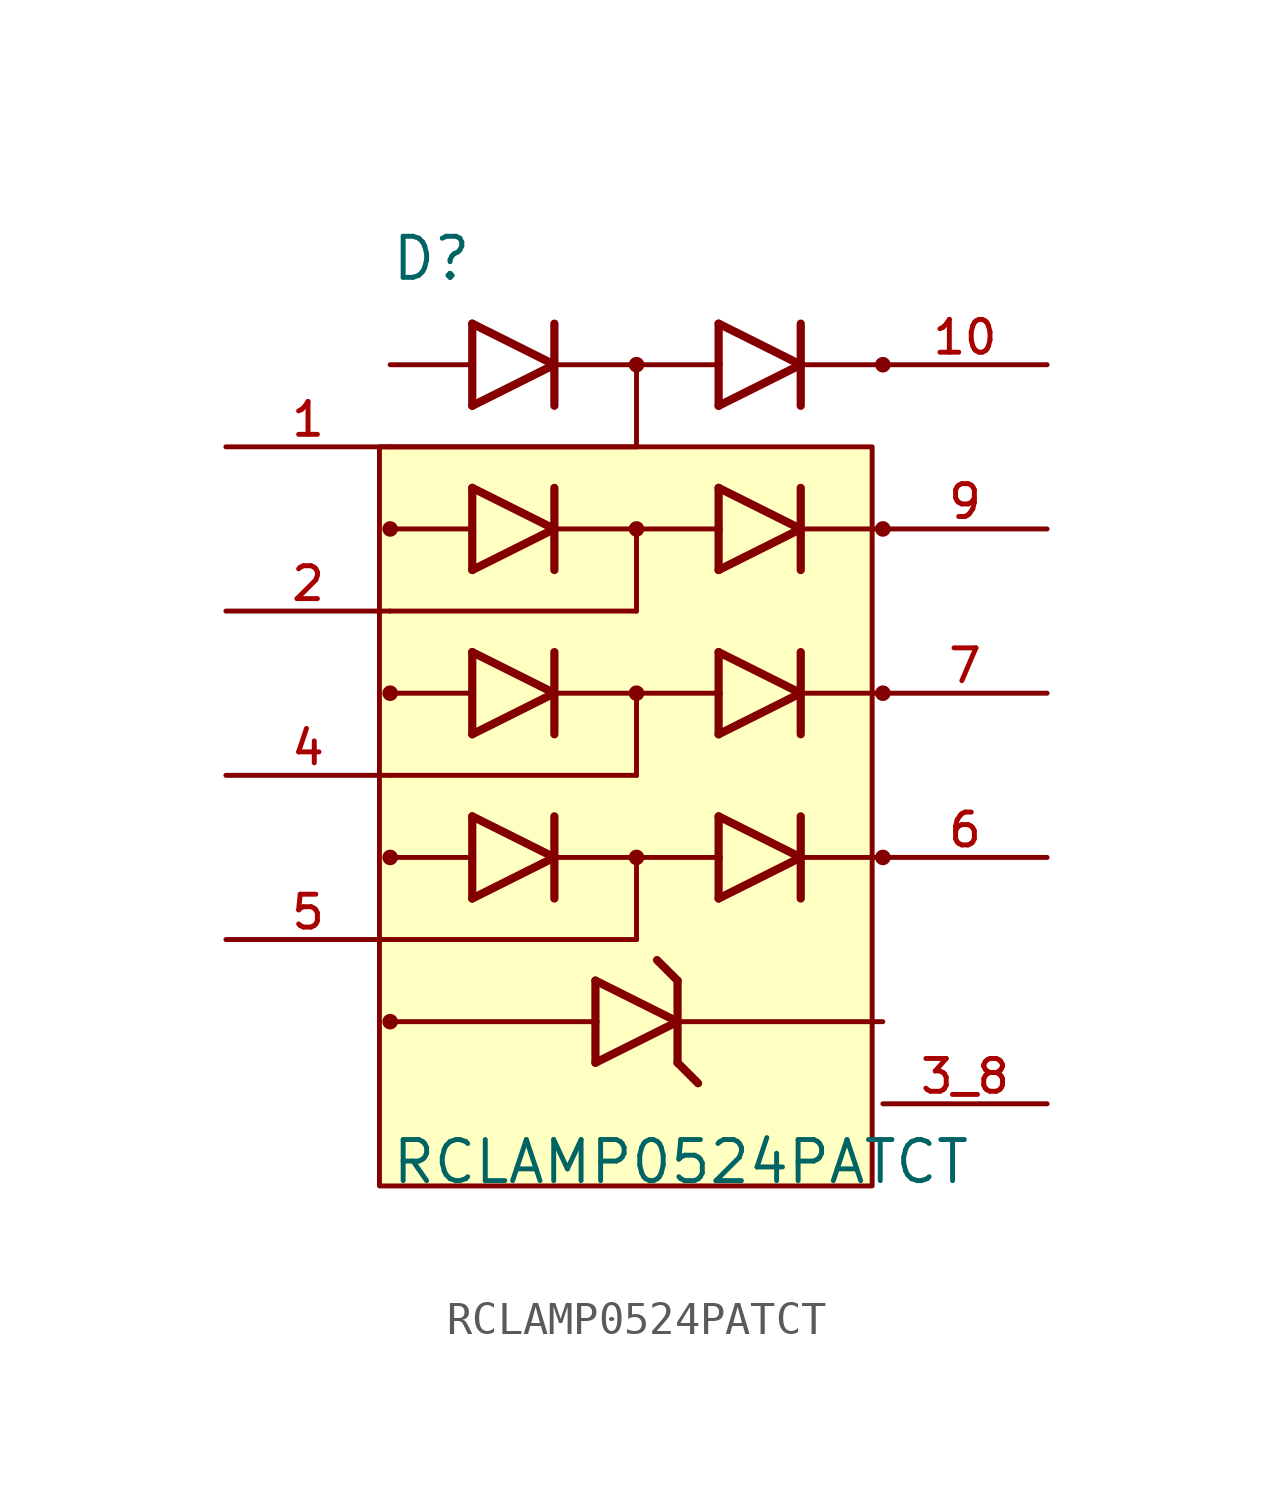
<source format=kicad_sym>
(kicad_symbol_lib
  (version 20211014)
  (generator kicad_symbol_editor)
  (symbol "RCLAMP0524PATCT"
    (pin_names
      (offset 1.016))
    (property "Reference" "D"
      (at -7.62 12.7 0)
      (effects (font (size 1.27 1.27)) (justify bottom left)))
    (property "Value" "RCLAMP0524PATCT"
      (at -7.62 -15.24 0)
      (effects (font (size 1.27 1.27)) (justify bottom left)))
    (symbol "RCLAMP0524PATCT_0_0"
      (polyline (pts (xy 2.54 11.43) (xy 2.54 10.16)) (stroke (width 0.254)))
      (polyline (pts (xy 2.54 10.16) (xy 2.54 8.89)) (stroke (width 0.254)))
      (polyline (pts (xy 2.54 8.89) (xy 5.08 10.16)) (stroke (width 0.254)))
      (polyline (pts (xy 5.08 10.16) (xy 2.54 11.43)) (stroke (width 0.254)))
      (polyline (pts (xy 5.08 11.43) (xy 5.08 10.16)) (stroke (width 0.254)))
      (polyline (pts (xy 5.08 10.16) (xy 5.08 8.89)) (stroke (width 0.254)))
      (polyline (pts (xy 0.0 10.16) (xy 2.54 10.16)) (stroke (width 0.152)))
      (polyline (pts (xy 5.08 10.16) (xy 7.62 10.16)) (stroke (width 0.152)))
      (circle (center 7.62 5.08) (radius 0.152) (stroke (width 0.178)) (fill (type none)))
      (circle (center 7.62 0.0) (radius 0.152) (stroke (width 0.178)) (fill (type none)))
      (circle (center 7.62 -5.08) (radius 0.152) (stroke (width 0.178)) (fill (type none)))
      (polyline (pts (xy -5.08 11.43) (xy -5.08 8.89)) (stroke (width 0.254)))
      (polyline (pts (xy -5.08 8.89) (xy -2.54 10.16)) (stroke (width 0.254)))
      (polyline (pts (xy -2.54 10.16) (xy -5.08 11.43)) (stroke (width 0.254)))
      (polyline (pts (xy -2.54 11.43) (xy -2.54 10.16)) (stroke (width 0.254)))
      (polyline (pts (xy -2.54 10.16) (xy -2.54 8.89)) (stroke (width 0.254)))
      (polyline (pts (xy -2.54 10.16) (xy 0.0 10.16)) (stroke (width 0.152)))
      (polyline (pts (xy 0.0 10.16) (xy 0.0 7.62)) (stroke (width 0.152)))
      (polyline (pts (xy 0.0 7.62) (xy -7.62 7.62)) (stroke (width 0.152)))
      (polyline (pts (xy 2.54 6.35) (xy 2.54 5.08)) (stroke (width 0.254)))
      (polyline (pts (xy 2.54 5.08) (xy 2.54 3.81)) (stroke (width 0.254)))
      (polyline (pts (xy 2.54 3.81) (xy 5.08 5.08)) (stroke (width 0.254)))
      (polyline (pts (xy 5.08 5.08) (xy 2.54 6.35)) (stroke (width 0.254)))
      (polyline (pts (xy 5.08 6.35) (xy 5.08 5.08)) (stroke (width 0.254)))
      (polyline (pts (xy 5.08 5.08) (xy 5.08 3.81)) (stroke (width 0.254)))
      (polyline (pts (xy 0.0 5.08) (xy 2.54 5.08)) (stroke (width 0.152)))
      (polyline (pts (xy 5.08 5.08) (xy 7.62 5.08)) (stroke (width 0.152)))
      (polyline (pts (xy -5.08 6.35) (xy -5.08 3.81)) (stroke (width 0.254)))
      (polyline (pts (xy -5.08 3.81) (xy -2.54 5.08)) (stroke (width 0.254)))
      (polyline (pts (xy -2.54 5.08) (xy -5.08 6.35)) (stroke (width 0.254)))
      (polyline (pts (xy -2.54 6.35) (xy -2.54 5.08)) (stroke (width 0.254)))
      (polyline (pts (xy -2.54 5.08) (xy -2.54 3.81)) (stroke (width 0.254)))
      (polyline (pts (xy -2.54 5.08) (xy 0.0 5.08)) (stroke (width 0.152)))
      (polyline (pts (xy 0.0 5.08) (xy 0.0 2.54)) (stroke (width 0.152)))
      (polyline (pts (xy 0.0 2.54) (xy -7.62 2.54)) (stroke (width 0.152)))
      (circle (center 0.0 10.16) (radius 0.152) (stroke (width 0.178)) (fill (type none)))
      (circle (center 0.0 5.08) (radius 0.152) (stroke (width 0.178)) (fill (type none)))
      (circle (center -7.62 5.08) (radius 0.152) (stroke (width 0.178)) (fill (type none)))
      (polyline (pts (xy 2.54 1.27) (xy 2.54 0.0)) (stroke (width 0.254)))
      (polyline (pts (xy 2.54 0.0) (xy 2.54 -1.27)) (stroke (width 0.254)))
      (polyline (pts (xy 2.54 -1.27) (xy 5.08 0.0)) (stroke (width 0.254)))
      (polyline (pts (xy 5.08 0.0) (xy 2.54 1.27)) (stroke (width 0.254)))
      (polyline (pts (xy 5.08 1.27) (xy 5.08 0.0)) (stroke (width 0.254)))
      (polyline (pts (xy 5.08 0.0) (xy 5.08 -1.27)) (stroke (width 0.254)))
      (polyline (pts (xy 0.0 0.0) (xy 2.54 0.0)) (stroke (width 0.152)))
      (polyline (pts (xy 5.08 0.0) (xy 7.62 0.0)) (stroke (width 0.152)))
      (polyline (pts (xy -5.08 1.27) (xy -5.08 -1.27)) (stroke (width 0.254)))
      (polyline (pts (xy -5.08 -1.27) (xy -2.54 0.0)) (stroke (width 0.254)))
      (polyline (pts (xy -2.54 0.0) (xy -5.08 1.27)) (stroke (width 0.254)))
      (polyline (pts (xy -2.54 1.27) (xy -2.54 0.0)) (stroke (width 0.254)))
      (polyline (pts (xy -2.54 0.0) (xy -2.54 -1.27)) (stroke (width 0.254)))
      (polyline (pts (xy -2.54 0.0) (xy 0.0 0.0)) (stroke (width 0.152)))
      (polyline (pts (xy 0.0 0.0) (xy 0.0 -2.54)) (stroke (width 0.152)))
      (polyline (pts (xy 0.0 -2.54) (xy -7.62 -2.54)) (stroke (width 0.152)))
      (circle (center 0.0 0.0) (radius 0.152) (stroke (width 0.178)) (fill (type none)))
      (circle (center -7.62 0.0) (radius 0.152) (stroke (width 0.178)) (fill (type none)))
      (polyline (pts (xy 2.54 -3.81) (xy 2.54 -5.08)) (stroke (width 0.254)))
      (polyline (pts (xy 2.54 -5.08) (xy 2.54 -6.35)) (stroke (width 0.254)))
      (polyline (pts (xy 2.54 -6.35) (xy 5.08 -5.08)) (stroke (width 0.254)))
      (polyline (pts (xy 5.08 -5.08) (xy 2.54 -3.81)) (stroke (width 0.254)))
      (polyline (pts (xy 5.08 -3.81) (xy 5.08 -5.08)) (stroke (width 0.254)))
      (polyline (pts (xy 5.08 -5.08) (xy 5.08 -6.35)) (stroke (width 0.254)))
      (polyline (pts (xy 0.0 -5.08) (xy 2.54 -5.08)) (stroke (width 0.152)))
      (polyline (pts (xy 5.08 -5.08) (xy 7.62 -5.08)) (stroke (width 0.152)))
      (polyline (pts (xy -5.08 -3.81) (xy -5.08 -6.35)) (stroke (width 0.254)))
      (polyline (pts (xy -5.08 -6.35) (xy -2.54 -5.08)) (stroke (width 0.254)))
      (polyline (pts (xy -2.54 -5.08) (xy -5.08 -3.81)) (stroke (width 0.254)))
      (polyline (pts (xy -2.54 -3.81) (xy -2.54 -5.08)) (stroke (width 0.254)))
      (polyline (pts (xy -2.54 -5.08) (xy -2.54 -6.35)) (stroke (width 0.254)))
      (polyline (pts (xy -2.54 -5.08) (xy 0.0 -5.08)) (stroke (width 0.152)))
      (polyline (pts (xy 0.0 -5.08) (xy 0.0 -7.62)) (stroke (width 0.152)))
      (polyline (pts (xy 0.0 -7.62) (xy -7.62 -7.62)) (stroke (width 0.152)))
      (circle (center 0.0 -5.08) (radius 0.152) (stroke (width 0.178)) (fill (type none)))
      (circle (center -7.62 -5.08) (radius 0.152) (stroke (width 0.178)) (fill (type none)))
      (polyline (pts (xy -1.27 -8.89) (xy -1.27 -10.16)) (stroke (width 0.254)))
      (polyline (pts (xy -1.27 -10.16) (xy -1.27 -11.43)) (stroke (width 0.254)))
      (polyline (pts (xy -1.27 -11.43) (xy 1.27 -10.16)) (stroke (width 0.254)))
      (polyline (pts (xy 1.27 -10.16) (xy -1.27 -8.89)) (stroke (width 0.254)))
      (polyline (pts (xy 0.635 -8.255) (xy 1.27 -8.89)) (stroke (width 0.254)))
      (polyline (pts (xy 1.27 -8.89) (xy 1.27 -10.16)) (stroke (width 0.254)))
      (polyline (pts (xy 1.27 -10.16) (xy 1.27 -11.43)) (stroke (width 0.254)))
      (polyline (pts (xy 1.27 -11.43) (xy 1.905 -12.065)) (stroke (width 0.254)))
      (polyline (pts (xy -7.62 -10.16) (xy -1.27 -10.16)) (stroke (width 0.152)))
      (polyline (pts (xy 1.27 -10.16) (xy 7.62 -10.16)) (stroke (width 0.152)))
      (polyline (pts (xy -7.62 10.16) (xy -5.08 10.16)) (stroke (width 0.152)))
      (polyline (pts (xy -7.62 5.08) (xy -5.08 5.08)) (stroke (width 0.152)))
      (polyline (pts (xy -7.62 0.0) (xy -5.08 0.0)) (stroke (width 0.152)))
      (polyline (pts (xy -7.62 -5.08) (xy -5.08 -5.08)) (stroke (width 0.152)))
      (circle (center -7.62 -10.16) (radius 0.152) (stroke (width 0.178)) (fill (type none)))
      (circle (center 7.62 10.16) (radius 0.152) (stroke (width 0.178)) (fill (type none)))
      (rectangle (start -7.951 -15.24) (end 7.289 7.62) (stroke (width 0.152)) (fill (type background)))
      (pin input line (at -12.7 7.62 0) (length 5.08) (name "~" (effects (font (size 1.016 1.016)))) (number "1" (effects (font (size 1.016 1.016)))))
      (pin input line (at -12.7 2.54 0) (length 5.08) (name "~" (effects (font (size 1.016 1.016)))) (number "2" (effects (font (size 1.016 1.016)))))
      (pin input line (at -12.7 -2.54 0) (length 5.08) (name "~" (effects (font (size 1.016 1.016)))) (number "4" (effects (font (size 1.016 1.016)))))
      (pin input line (at -12.7 -7.62 0) (length 5.08) (name "~" (effects (font (size 1.016 1.016)))) (number "5" (effects (font (size 1.016 1.016)))))
      (pin power_in line (at 12.7 -12.7 180.0) (length 5.08) (name "~" (effects (font (size 1.016 1.016)))) (number "3_8" (effects (font (size 1.016 1.016)))))
      (pin output line (at 12.7 0.0 180.0) (length 5.08) (name "~" (effects (font (size 1.016 1.016)))) (number "7" (effects (font (size 1.016 1.016)))))
      (pin output line (at 12.7 10.16 180.0) (length 5.08) (name "~" (effects (font (size 1.016 1.016)))) (number "10" (effects (font (size 1.016 1.016)))))
      (pin output line (at 12.7 5.08 180.0) (length 5.08) (name "~" (effects (font (size 1.016 1.016)))) (number "9" (effects (font (size 1.016 1.016)))))
      (pin output line (at 12.7 -5.08 180.0) (length 5.08) (name "~" (effects (font (size 1.016 1.016)))) (number "6" (effects (font (size 1.016 1.016))))))))
</source>
